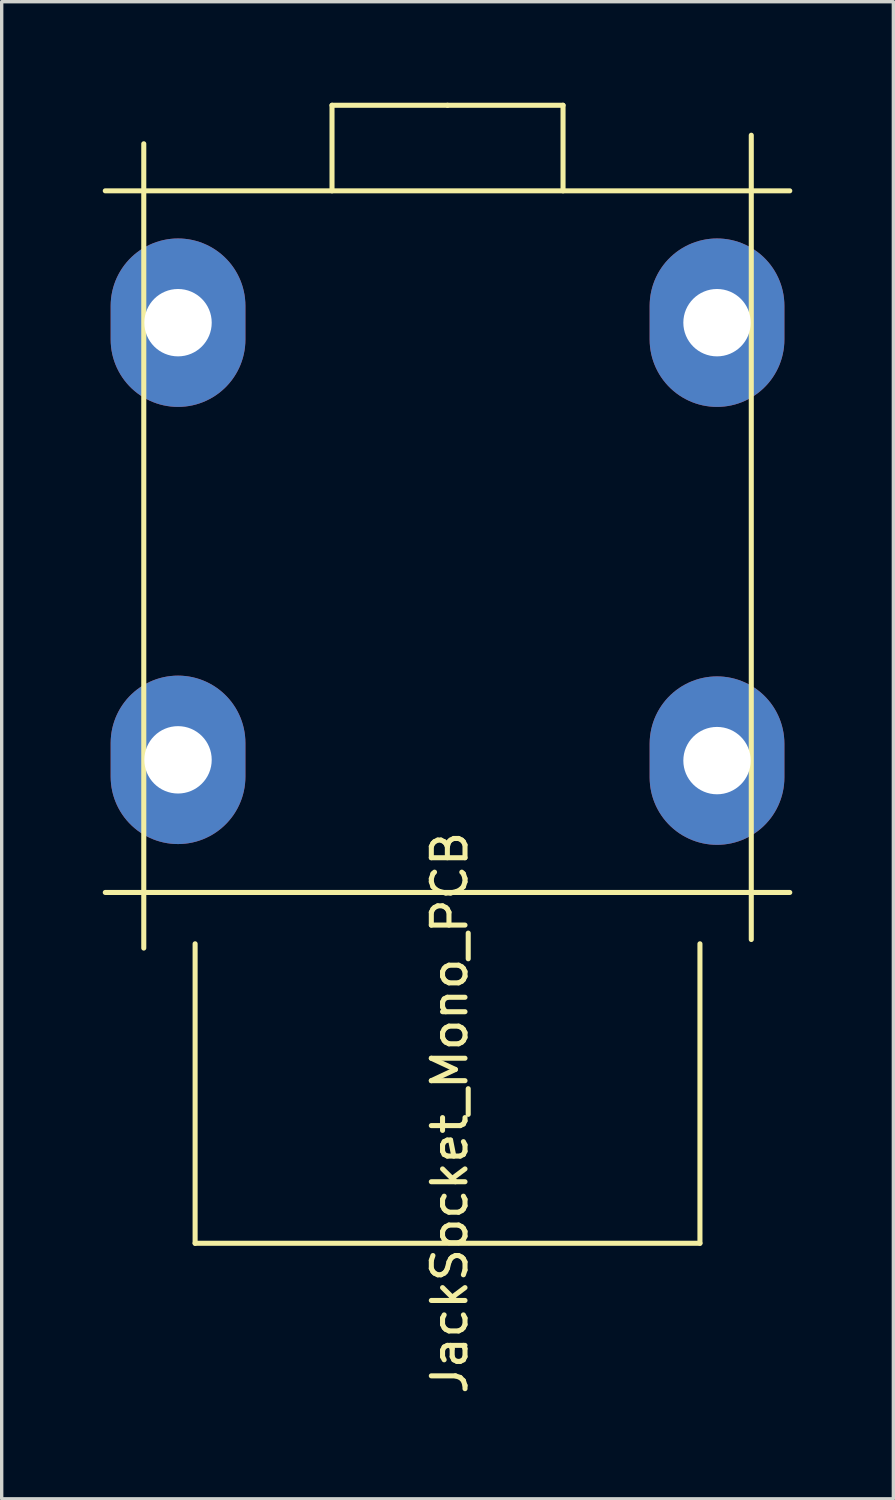
<source format=kicad_pcb>
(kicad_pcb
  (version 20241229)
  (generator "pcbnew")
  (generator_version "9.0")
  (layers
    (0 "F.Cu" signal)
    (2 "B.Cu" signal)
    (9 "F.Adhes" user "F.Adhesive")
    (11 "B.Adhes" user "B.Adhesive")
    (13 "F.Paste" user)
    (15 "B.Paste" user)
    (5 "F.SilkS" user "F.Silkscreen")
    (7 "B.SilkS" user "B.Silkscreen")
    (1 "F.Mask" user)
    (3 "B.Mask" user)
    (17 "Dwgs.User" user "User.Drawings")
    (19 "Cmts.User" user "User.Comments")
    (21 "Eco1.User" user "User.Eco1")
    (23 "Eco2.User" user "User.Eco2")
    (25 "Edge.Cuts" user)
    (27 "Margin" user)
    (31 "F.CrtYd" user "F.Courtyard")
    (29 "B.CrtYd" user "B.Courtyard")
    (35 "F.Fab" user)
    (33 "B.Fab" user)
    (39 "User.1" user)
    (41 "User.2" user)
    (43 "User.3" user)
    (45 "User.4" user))
  (footprint "JackSocket_Mono_PCB"
    (layer "F.Cu")
    (at 10.235 13.029)
    (property "Reference" "JackSocket_Mono_PCB" (at 0.064 16.954 90) (layer "F.SilkS") (effects (font (size 1 1) (thickness 0.15))))
    (attr through_hole)
    (fp_line (start -10.16 -10.414) (end 10.16 -10.414) (stroke (width 0.15) (type solid)) (layer "F.SilkS"))
    (fp_line (start -10.16 10.414) (end 10.16 10.414) (stroke (width 0.15) (type solid)) (layer "F.SilkS"))
    (fp_line (start -9.017 -11.811) (end -9.017 12.065) (stroke (width 0.15) (type solid)) (layer "F.SilkS"))
    (fp_line (start -7.493 11.938) (end -7.493 20.828) (stroke (width 0.15) (type solid)) (layer "F.SilkS"))
    (fp_line (start -7.493 20.828) (end 7.493 20.828) (stroke (width 0.15) (type solid)) (layer "F.SilkS"))
    (fp_line (start -3.429 -12.954) (end -3.429 -10.414) (stroke (width 0.15) (type solid)) (layer "F.SilkS"))
    (fp_line (start 0 -12.954) (end -3.429 -12.954) (stroke (width 0.15) (type solid)) (layer "F.SilkS"))
    (fp_line (start 0 -12.954) (end 3.429 -12.954) (stroke (width 0.15) (type solid)) (layer "F.SilkS"))
    (fp_line (start 3.429 -12.954) (end 3.429 -10.414) (stroke (width 0.15) (type solid)) (layer "F.SilkS"))
    (fp_line (start 7.493 20.828) (end 7.493 11.938) (stroke (width 0.15) (type solid)) (layer "F.SilkS"))
    (fp_line (start 9.017 -12.065) (end 9.017 11.811) (stroke (width 0.15) (type solid)) (layer "F.SilkS"))
    (pad "1" thru_hole oval (at 8 -6.5) (size 4 5) (drill 2) (layers "*.Cu" "*.Mask"))
    (pad "2" thru_hole oval (at -8 -6.5) (size 4 5) (drill 2) (layers "*.Cu" "*.Mask"))
    (pad "3" thru_hole oval (at -8 6.477) (size 4 5) (drill 2) (layers "*.Cu" "*.Mask"))
    (pad "4" thru_hole oval (at 8 6.5) (size 4 5) (drill 2) (layers "*.Cu" "*.Mask")))
  (gr_rect
    (start -3 -3)
    (end 23.47 41.442)
    (stroke (width 0.1) (type default))
    (fill no)
    (layer "Edge.Cuts")))
</source>
